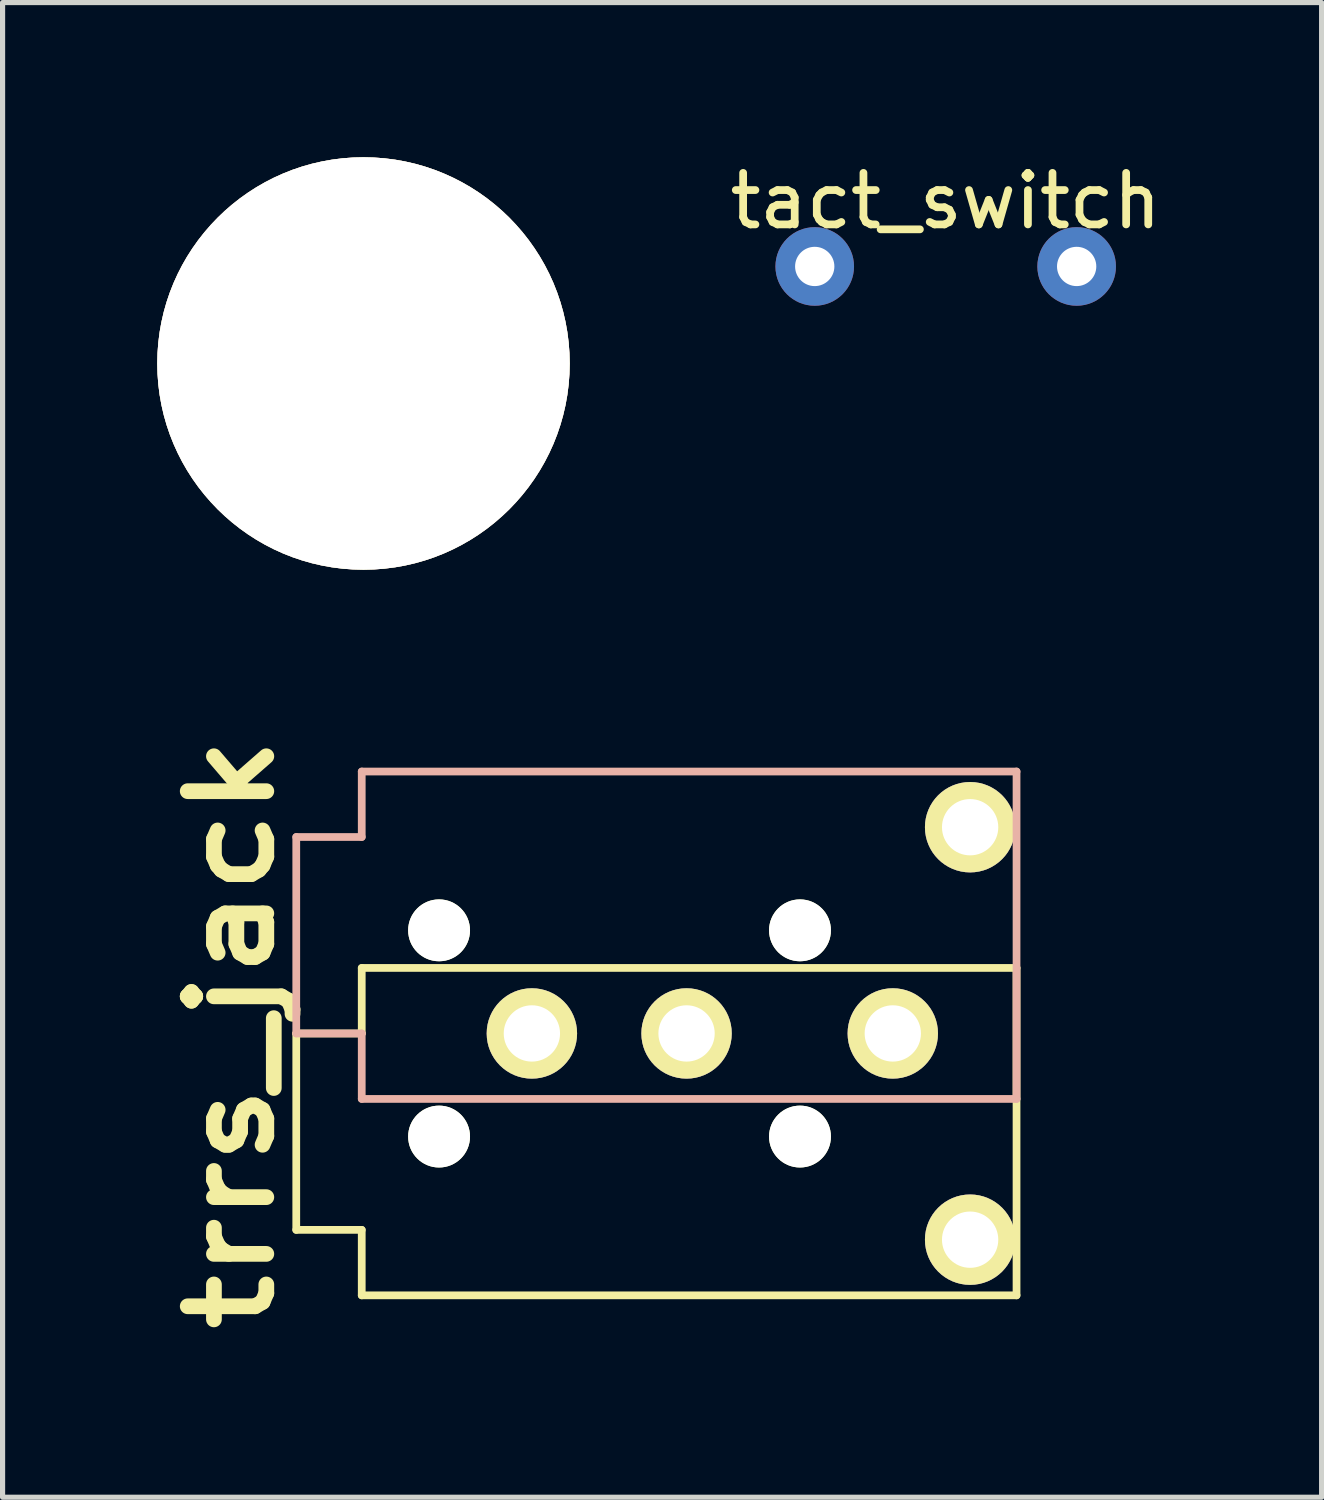
<source format=kicad_pcb>
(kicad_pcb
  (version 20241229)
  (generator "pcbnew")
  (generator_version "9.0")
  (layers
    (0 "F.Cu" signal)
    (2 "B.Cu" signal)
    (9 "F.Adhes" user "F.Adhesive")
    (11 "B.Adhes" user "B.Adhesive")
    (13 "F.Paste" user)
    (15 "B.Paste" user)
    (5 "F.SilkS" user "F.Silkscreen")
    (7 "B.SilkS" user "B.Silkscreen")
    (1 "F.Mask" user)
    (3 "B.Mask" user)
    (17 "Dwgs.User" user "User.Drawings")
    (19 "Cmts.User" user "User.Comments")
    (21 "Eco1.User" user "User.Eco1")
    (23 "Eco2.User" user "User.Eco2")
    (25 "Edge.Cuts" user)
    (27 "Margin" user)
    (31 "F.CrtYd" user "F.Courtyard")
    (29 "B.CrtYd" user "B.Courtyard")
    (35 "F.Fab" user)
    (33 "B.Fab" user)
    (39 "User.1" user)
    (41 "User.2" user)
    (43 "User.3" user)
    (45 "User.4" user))
  (footprint "tact_switch"
    (layer "F.Cu")
    (at 15.292 2.118)
    (property "Reference" "tact_switch" (at 0 -1.27 0) (layer "F.SilkS") (effects (font (size 1 1) (thickness 0.15))))
    (attr through_hole)
    (pad "1" thru_hole circle (at -2.54 0) (size 1.524 1.524) (drill 0.762) (layers "*.Cu" "*.Mask"))
    (pad "2" thru_hole circle (at 2.54 0) (size 1.524 1.524) (drill 0.762) (layers "*.Cu" "*.Mask")))
  (footprint "hole"
    (layer "F.Cu")
    (at 4 4)
    (property "Reference" "hole" (at 0 -2 0) (layer "F.SilkS") (effects (font (size 1 1) (thickness 0.15))))
    (attr through_hole)
    (fp_circle (center 0 0) (end 2.12 3.21) (stroke (width 0.15) (type solid)) (fill no) (layer "F.SilkS"))
    (pad "" thru_hole circle (at 0 0) (size 8 8) (drill 8) (layers "*.Cu" "*.Mask" "F.SilkS")))
  (footprint "trrs_jack"
    (layer "F.Cu")
    (at 3.966 16.994)
    (property "Reference" "trrs_jack" (at -2.54 0 90) (layer "F.SilkS") (effects (font (size 1.524 1.778) (thickness 0.305))))
    (attr through_hole)
    (fp_line (start -1.27 0) (end -1.27 3.81) (stroke (width 0.15) (type solid)) (layer "F.SilkS"))
    (fp_line (start -1.27 3.81) (end 0 3.81) (stroke (width 0.15) (type solid)) (layer "F.SilkS"))
    (fp_line (start 0 -1.27) (end 0 0) (stroke (width 0.15) (type solid)) (layer "F.SilkS"))
    (fp_line (start 0 0) (end -1.27 0) (stroke (width 0.15) (type solid)) (layer "F.SilkS"))
    (fp_line (start 0 3.81) (end 0 5.08) (stroke (width 0.15) (type solid)) (layer "F.SilkS"))
    (fp_line (start 0 5.08) (end 12.7 5.08) (stroke (width 0.15) (type solid)) (layer "F.SilkS"))
    (fp_line (start 12.7 -1.27) (end 0 -1.27) (stroke (width 0.15) (type solid)) (layer "F.SilkS"))
    (fp_line (start 12.7 5.08) (end 12.7 -1.27) (stroke (width 0.15) (type solid)) (layer "F.SilkS"))
    (fp_line (start -1.27 -3.81) (end -1.27 0) (stroke (width 0.15) (type solid)) (layer "B.SilkS"))
    (fp_line (start -1.27 0) (end 0 0) (stroke (width 0.15) (type solid)) (layer "B.SilkS"))
    (fp_line (start 0 -5.08) (end 0 -3.81) (stroke (width 0.15) (type solid)) (layer "B.SilkS"))
    (fp_line (start 0 -3.81) (end -1.27 -3.81) (stroke (width 0.15) (type solid)) (layer "B.SilkS"))
    (fp_line (start 0 0) (end 0 1.27) (stroke (width 0.15) (type solid)) (layer "B.SilkS"))
    (fp_line (start 0 1.27) (end 12.7 1.27) (stroke (width 0.15) (type solid)) (layer "B.SilkS"))
    (fp_line (start 12.7 -5.08) (end 0 -5.08) (stroke (width 0.15) (type solid)) (layer "B.SilkS"))
    (fp_line (start 12.7 1.27) (end 12.7 -5.08) (stroke (width 0.15) (type solid)) (layer "B.SilkS"))
    (pad "" np_thru_hole circle (at 1.5 -2) (size 1.2 1.2) (drill 1.2) (layers "*.Cu" "*.Mask" "F.SilkS"))
    (pad "" np_thru_hole circle (at 1.5 2) (size 1.2 1.2) (drill 1.2) (layers "*.Cu" "*.Mask" "F.SilkS"))
    (pad "" np_thru_hole circle (at 8.5 -2) (size 1.2 1.2) (drill 1.2) (layers "*.Cu" "*.Mask" "F.SilkS"))
    (pad "" np_thru_hole circle (at 8.5 2) (size 1.2 1.2) (drill 1.2) (layers "*.Cu" "*.Mask" "F.SilkS"))
    (pad "1" thru_hole circle (at 10.3 0) (size 1.753 1.753) (drill 1.092) (layers "*.Cu" "*.Mask" "F.SilkS"))
    (pad "2" thru_hole circle (at 3.3 0) (size 1.753 1.753) (drill 1.092) (layers "*.Cu" "*.Mask" "F.SilkS"))
    (pad "3" thru_hole circle (at 6.3 0) (size 1.753 1.753) (drill 1.092) (layers "*.Cu" "*.Mask" "F.SilkS"))
    (pad "4" thru_hole circle (at 11.8 4) (size 1.753 1.753) (drill 1.092) (layers "*.Cu" "*.Mask" "F.SilkS"))
    (pad "5" thru_hole circle (at 11.8 -4) (size 1.753 1.753) (drill 1.092) (layers "*.Cu" "*.Mask" "F.SilkS")))
  (gr_rect
    (start -3 -3)
    (end 22.583 25.989)
    (stroke (width 0.1) (type default))
    (fill no)
    (layer "Edge.Cuts")))
</source>
